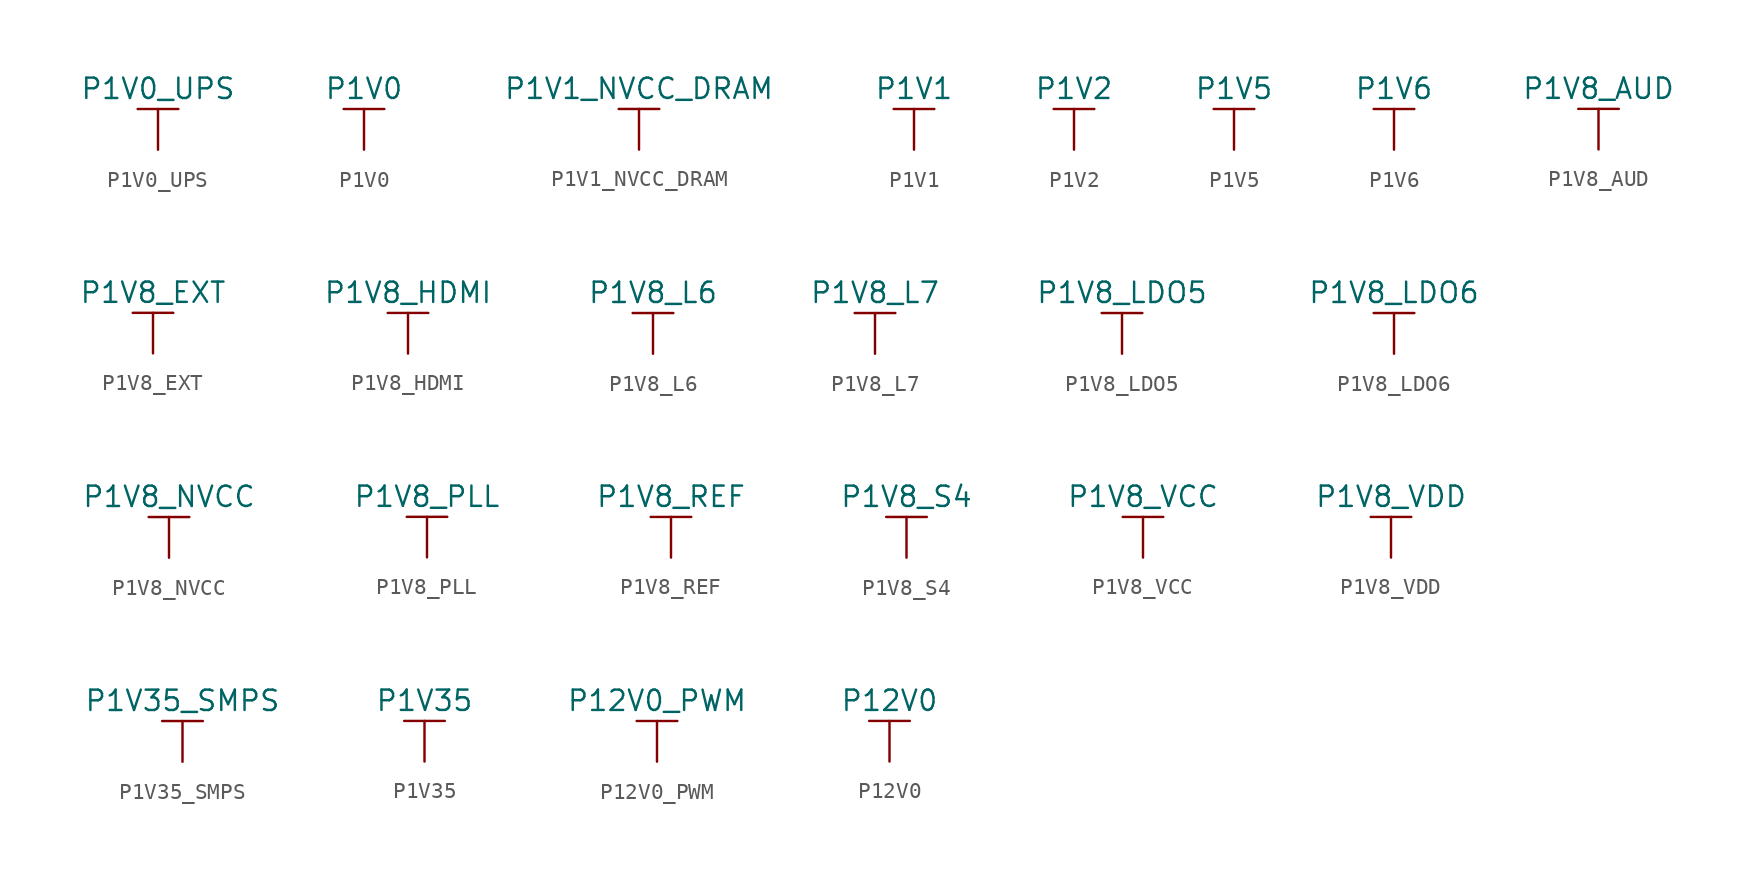
<source format=kicad_sym>
(kicad_symbol_lib
  (version 20211014)
  (generator kicad_symbol_editor)
  (symbol "P1V0_UPS"
    (power)
    (pin_names
      (offset 0))
    (property "Reference" "#PWR"
      (at 0 -3.81 0)
      (effects (font (size 1.27 1.27)) hide))
    (property "Value" "P1V0_UPS"
      (at 0 3.81 0)
      (effects (font (size 1.27 1.27))))
    (symbol "P1V0_UPS_0_1"
      (polyline (pts (xy -1.27 2.54) (xy 1.27 2.54)) (stroke (width 0.152) (type default) (color 0 0 0 0)) (fill (type none)))
      (polyline (pts (xy 0 0) (xy 0 2.54)) (stroke (width 0.152) (type default) (color 0 0 0 0)) (fill (type none))))
    (symbol "P1V0_UPS_1_1"
      (pin power_in line (at 0 0 90) (length 0) hide (name "P1V0_UPS" (effects (font (size 1.27 1.27)))) (number "1" (effects (font (size 1.27 1.27)))))))
  (symbol "P1V0"
    (power)
    (pin_names
      (offset 0))
    (property "Reference" "#PWR"
      (at 0 -3.81 0)
      (effects (font (size 1.27 1.27)) hide))
    (property "Value" "P1V0"
      (at 0 3.81 0)
      (effects (font (size 1.27 1.27))))
    (symbol "P1V0_0_1"
      (polyline (pts (xy -1.27 2.54) (xy 1.27 2.54)) (stroke (width 0.152) (type default) (color 0 0 0 0)) (fill (type none)))
      (polyline (pts (xy 0 0) (xy 0 2.54)) (stroke (width 0.152) (type default) (color 0 0 0 0)) (fill (type none))))
    (symbol "P1V0_1_1"
      (pin power_in line (at 0 0 90) (length 0) hide (name "P1V0" (effects (font (size 1.27 1.27)))) (number "1" (effects (font (size 1.27 1.27)))))))
  (symbol "P1V1_NVCC_DRAM"
    (power)
    (pin_names
      (offset 0))
    (property "Reference" "#PWR"
      (at 0 -3.81 0)
      (effects (font (size 1.27 1.27)) hide))
    (property "Value" "P1V1_NVCC_DRAM"
      (at 0 3.81 0)
      (effects (font (size 1.27 1.27))))
    (symbol "P1V1_NVCC_DRAM_0_1"
      (polyline (pts (xy -1.27 2.54) (xy 1.27 2.54)) (stroke (width 0.152) (type default) (color 0 0 0 0)) (fill (type none)))
      (polyline (pts (xy 0 0) (xy 0 2.54)) (stroke (width 0.152) (type default) (color 0 0 0 0)) (fill (type none))))
    (symbol "P1V1_NVCC_DRAM_1_1"
      (pin power_in line (at 0 0 90) (length 0) hide (name "P1V1_NVCC_DRAM" (effects (font (size 1.27 1.27)))) (number "1" (effects (font (size 1.27 1.27)))))))
  (symbol "P1V1"
    (power)
    (pin_names
      (offset 0))
    (property "Reference" "#PWR"
      (at 0 -3.81 0)
      (effects (font (size 1.27 1.27)) hide))
    (property "Value" "P1V1"
      (at 0 3.81 0)
      (effects (font (size 1.27 1.27))))
    (symbol "P1V1_0_1"
      (polyline (pts (xy -1.27 2.54) (xy 1.27 2.54)) (stroke (width 0.152) (type default) (color 0 0 0 0)) (fill (type none)))
      (polyline (pts (xy 0 0) (xy 0 2.54)) (stroke (width 0.152) (type default) (color 0 0 0 0)) (fill (type none))))
    (symbol "P1V1_1_1"
      (pin power_in line (at 0 0 90) (length 0) hide (name "P1V1" (effects (font (size 1.27 1.27)))) (number "1" (effects (font (size 1.27 1.27)))))))
  (symbol "P1V2"
    (power)
    (pin_names
      (offset 0))
    (property "Reference" "#PWR"
      (at 0 -3.81 0)
      (effects (font (size 1.27 1.27)) hide))
    (property "Value" "P1V2"
      (at 0 3.81 0)
      (effects (font (size 1.27 1.27))))
    (symbol "P1V2_0_1"
      (polyline (pts (xy -1.27 2.54) (xy 1.27 2.54)) (stroke (width 0.152) (type default) (color 0 0 0 0)) (fill (type none)))
      (polyline (pts (xy 0 0) (xy 0 2.54)) (stroke (width 0.152) (type default) (color 0 0 0 0)) (fill (type none))))
    (symbol "P1V2_1_1"
      (pin power_in line (at 0 0 90) (length 0) hide (name "P1V2" (effects (font (size 1.27 1.27)))) (number "1" (effects (font (size 1.27 1.27)))))))
  (symbol "P1V5"
    (power)
    (pin_names
      (offset 0))
    (property "Reference" "#PWR"
      (at 0 -3.81 0)
      (effects (font (size 1.27 1.27)) hide))
    (property "Value" "P1V5"
      (at 0 3.81 0)
      (effects (font (size 1.27 1.27))))
    (symbol "P1V5_0_1"
      (polyline (pts (xy -1.27 2.54) (xy 1.27 2.54)) (stroke (width 0.152) (type default) (color 0 0 0 0)) (fill (type none)))
      (polyline (pts (xy 0 0) (xy 0 2.54)) (stroke (width 0.152) (type default) (color 0 0 0 0)) (fill (type none))))
    (symbol "P1V5_1_1"
      (pin power_in line (at 0 0 90) (length 0) hide (name "P1V5" (effects (font (size 1.27 1.27)))) (number "1" (effects (font (size 1.27 1.27)))))))
  (symbol "P1V6"
    (power)
    (pin_names
      (offset 0))
    (property "Reference" "#PWR"
      (at 0 -3.81 0)
      (effects (font (size 1.27 1.27)) hide))
    (property "Value" "P1V6"
      (at 0 3.81 0)
      (effects (font (size 1.27 1.27))))
    (symbol "P1V6_0_1"
      (polyline (pts (xy -1.27 2.54) (xy 1.27 2.54)) (stroke (width 0.152) (type default) (color 0 0 0 0)) (fill (type none)))
      (polyline (pts (xy 0 0) (xy 0 2.54)) (stroke (width 0.152) (type default) (color 0 0 0 0)) (fill (type none))))
    (symbol "P1V6_1_1"
      (pin power_in line (at 0 0 90) (length 0) hide (name "P1V6" (effects (font (size 1.27 1.27)))) (number "1" (effects (font (size 1.27 1.27)))))))
  (symbol "P1V8_AUD"
    (power)
    (pin_names
      (offset 0))
    (property "Reference" "#PWR"
      (at 0 -3.81 0)
      (effects (font (size 1.27 1.27)) hide))
    (property "Value" "P1V8_AUD"
      (at 0 3.81 0)
      (effects (font (size 1.27 1.27))))
    (symbol "P1V8_AUD_0_1"
      (polyline (pts (xy -1.27 2.54) (xy 1.27 2.54)) (stroke (width 0.152) (type default) (color 0 0 0 0)) (fill (type none)))
      (polyline (pts (xy 0 0) (xy 0 2.54)) (stroke (width 0.152) (type default) (color 0 0 0 0)) (fill (type none))))
    (symbol "P1V8_AUD_1_1"
      (pin power_in line (at 0 0 90) (length 0) hide (name "P1V8_AUD" (effects (font (size 1.27 1.27)))) (number "1" (effects (font (size 1.27 1.27)))))))
  (symbol "P1V8_EXT"
    (power)
    (pin_names
      (offset 0))
    (property "Reference" "#PWR"
      (at 0 -3.81 0)
      (effects (font (size 1.27 1.27)) hide))
    (property "Value" "P1V8_EXT"
      (at 0 3.81 0)
      (effects (font (size 1.27 1.27))))
    (symbol "P1V8_EXT_0_1"
      (polyline (pts (xy -1.27 2.54) (xy 1.27 2.54)) (stroke (width 0.152) (type default) (color 0 0 0 0)) (fill (type none)))
      (polyline (pts (xy 0 0) (xy 0 2.54)) (stroke (width 0.152) (type default) (color 0 0 0 0)) (fill (type none))))
    (symbol "P1V8_EXT_1_1"
      (pin power_in line (at 0 0 90) (length 0) hide (name "P1V8_EXT" (effects (font (size 1.27 1.27)))) (number "1" (effects (font (size 1.27 1.27)))))))
  (symbol "P1V8_HDMI"
    (power)
    (pin_names
      (offset 0))
    (property "Reference" "#PWR"
      (at 0 -3.81 0)
      (effects (font (size 1.27 1.27)) hide))
    (property "Value" "P1V8_HDMI"
      (at 0 3.81 0)
      (effects (font (size 1.27 1.27))))
    (symbol "P1V8_HDMI_0_1"
      (polyline (pts (xy -1.27 2.54) (xy 1.27 2.54)) (stroke (width 0.152) (type default) (color 0 0 0 0)) (fill (type none)))
      (polyline (pts (xy 0 0) (xy 0 2.54)) (stroke (width 0.152) (type default) (color 0 0 0 0)) (fill (type none))))
    (symbol "P1V8_HDMI_1_1"
      (pin power_in line (at 0 0 90) (length 0) hide (name "P1V8_HDMI" (effects (font (size 1.27 1.27)))) (number "1" (effects (font (size 1.27 1.27)))))))
  (symbol "P1V8_L6"
    (power)
    (pin_names
      (offset 0))
    (property "Reference" "#PWR"
      (at 0 -3.81 0)
      (effects (font (size 1.27 1.27)) hide))
    (property "Value" "P1V8_L6"
      (at 0 3.81 0)
      (effects (font (size 1.27 1.27))))
    (symbol "P1V8_L6_0_1"
      (polyline (pts (xy -1.27 2.54) (xy 1.27 2.54)) (stroke (width 0.152) (type default) (color 0 0 0 0)) (fill (type none)))
      (polyline (pts (xy 0 0) (xy 0 2.54)) (stroke (width 0.152) (type default) (color 0 0 0 0)) (fill (type none))))
    (symbol "P1V8_L6_1_1"
      (pin power_in line (at 0 0 90) (length 0) hide (name "P1V8_L6" (effects (font (size 1.27 1.27)))) (number "1" (effects (font (size 1.27 1.27)))))))
  (symbol "P1V8_L7"
    (power)
    (pin_names
      (offset 0))
    (property "Reference" "#PWR"
      (at 0 -3.81 0)
      (effects (font (size 1.27 1.27)) hide))
    (property "Value" "P1V8_L7"
      (at 0 3.81 0)
      (effects (font (size 1.27 1.27))))
    (symbol "P1V8_L7_0_1"
      (polyline (pts (xy -1.27 2.54) (xy 1.27 2.54)) (stroke (width 0.152) (type default) (color 0 0 0 0)) (fill (type none)))
      (polyline (pts (xy 0 0) (xy 0 2.54)) (stroke (width 0.152) (type default) (color 0 0 0 0)) (fill (type none))))
    (symbol "P1V8_L7_1_1"
      (pin power_in line (at 0 0 90) (length 0) hide (name "P1V8_L7" (effects (font (size 1.27 1.27)))) (number "1" (effects (font (size 1.27 1.27)))))))
  (symbol "P1V8_LDO5"
    (power)
    (pin_names
      (offset 0))
    (property "Reference" "#PWR"
      (at 0 -3.81 0)
      (effects (font (size 1.27 1.27)) hide))
    (property "Value" "P1V8_LDO5"
      (at 0 3.81 0)
      (effects (font (size 1.27 1.27))))
    (symbol "P1V8_LDO5_0_1"
      (polyline (pts (xy -1.27 2.54) (xy 1.27 2.54)) (stroke (width 0.152) (type default) (color 0 0 0 0)) (fill (type none)))
      (polyline (pts (xy 0 0) (xy 0 2.54)) (stroke (width 0.152) (type default) (color 0 0 0 0)) (fill (type none))))
    (symbol "P1V8_LDO5_1_1"
      (pin power_in line (at 0 0 90) (length 0) hide (name "P1V8_LDO5" (effects (font (size 1.27 1.27)))) (number "1" (effects (font (size 1.27 1.27)))))))
  (symbol "P1V8_LDO6"
    (power)
    (pin_names
      (offset 0))
    (property "Reference" "#PWR"
      (at 0 -3.81 0)
      (effects (font (size 1.27 1.27)) hide))
    (property "Value" "P1V8_LDO6"
      (at 0 3.81 0)
      (effects (font (size 1.27 1.27))))
    (symbol "P1V8_LDO6_0_1"
      (polyline (pts (xy -1.27 2.54) (xy 1.27 2.54)) (stroke (width 0.152) (type default) (color 0 0 0 0)) (fill (type none)))
      (polyline (pts (xy 0 0) (xy 0 2.54)) (stroke (width 0.152) (type default) (color 0 0 0 0)) (fill (type none))))
    (symbol "P1V8_LDO6_1_1"
      (pin power_in line (at 0 0 90) (length 0) hide (name "P1V8_LDO6" (effects (font (size 1.27 1.27)))) (number "1" (effects (font (size 1.27 1.27)))))))
  (symbol "P1V8_NVCC"
    (power)
    (pin_names
      (offset 0))
    (property "Reference" "#PWR"
      (at 0 -3.81 0)
      (effects (font (size 1.27 1.27)) hide))
    (property "Value" "P1V8_NVCC"
      (at 0 3.81 0)
      (effects (font (size 1.27 1.27))))
    (symbol "P1V8_NVCC_0_1"
      (polyline (pts (xy -1.27 2.54) (xy 1.27 2.54)) (stroke (width 0.152) (type default) (color 0 0 0 0)) (fill (type none)))
      (polyline (pts (xy 0 0) (xy 0 2.54)) (stroke (width 0.152) (type default) (color 0 0 0 0)) (fill (type none))))
    (symbol "P1V8_NVCC_1_1"
      (pin power_in line (at 0 0 90) (length 0) hide (name "P1V8_NVCC" (effects (font (size 1.27 1.27)))) (number "1" (effects (font (size 1.27 1.27)))))))
  (symbol "P1V8_PLL"
    (power)
    (pin_names
      (offset 0))
    (property "Reference" "#PWR"
      (at 0 -3.81 0)
      (effects (font (size 1.27 1.27)) hide))
    (property "Value" "P1V8_PLL"
      (at 0 3.81 0)
      (effects (font (size 1.27 1.27))))
    (symbol "P1V8_PLL_0_1"
      (polyline (pts (xy -1.27 2.54) (xy 1.27 2.54)) (stroke (width 0.152) (type default) (color 0 0 0 0)) (fill (type none)))
      (polyline (pts (xy 0 0) (xy 0 2.54)) (stroke (width 0.152) (type default) (color 0 0 0 0)) (fill (type none))))
    (symbol "P1V8_PLL_1_1"
      (pin power_in line (at 0 0 90) (length 0) hide (name "P1V8_PLL" (effects (font (size 1.27 1.27)))) (number "1" (effects (font (size 1.27 1.27)))))))
  (symbol "P1V8_REF"
    (power)
    (pin_names
      (offset 0))
    (property "Reference" "#PWR"
      (at 0 -3.81 0)
      (effects (font (size 1.27 1.27)) hide))
    (property "Value" "P1V8_REF"
      (at 0 3.81 0)
      (effects (font (size 1.27 1.27))))
    (symbol "P1V8_REF_0_1"
      (polyline (pts (xy -1.27 2.54) (xy 1.27 2.54)) (stroke (width 0.152) (type default) (color 0 0 0 0)) (fill (type none)))
      (polyline (pts (xy 0 0) (xy 0 2.54)) (stroke (width 0.152) (type default) (color 0 0 0 0)) (fill (type none))))
    (symbol "P1V8_REF_1_1"
      (pin power_in line (at 0 0 90) (length 0) hide (name "P1V8_REF" (effects (font (size 1.27 1.27)))) (number "1" (effects (font (size 1.27 1.27)))))))
  (symbol "P1V8_S4"
    (power)
    (pin_names
      (offset 0))
    (property "Reference" "#PWR"
      (at 0 -3.81 0)
      (effects (font (size 1.27 1.27)) hide))
    (property "Value" "P1V8_S4"
      (at 0 3.81 0)
      (effects (font (size 1.27 1.27))))
    (symbol "P1V8_S4_0_1"
      (polyline (pts (xy -1.27 2.54) (xy 1.27 2.54)) (stroke (width 0.152) (type default) (color 0 0 0 0)) (fill (type none)))
      (polyline (pts (xy 0 0) (xy 0 2.54)) (stroke (width 0.152) (type default) (color 0 0 0 0)) (fill (type none))))
    (symbol "P1V8_S4_1_1"
      (pin power_in line (at 0 0 90) (length 0) hide (name "P1V8_S4" (effects (font (size 1.27 1.27)))) (number "1" (effects (font (size 1.27 1.27)))))))
  (symbol "P1V8_VCC"
    (power)
    (pin_names
      (offset 0))
    (property "Reference" "#PWR"
      (at 0 -3.81 0)
      (effects (font (size 1.27 1.27)) hide))
    (property "Value" "P1V8_VCC"
      (at 0 3.81 0)
      (effects (font (size 1.27 1.27))))
    (symbol "P1V8_VCC_0_1"
      (polyline (pts (xy -1.27 2.54) (xy 1.27 2.54)) (stroke (width 0.152) (type default) (color 0 0 0 0)) (fill (type none)))
      (polyline (pts (xy 0 0) (xy 0 2.54)) (stroke (width 0.152) (type default) (color 0 0 0 0)) (fill (type none))))
    (symbol "P1V8_VCC_1_1"
      (pin power_in line (at 0 0 90) (length 0) hide (name "P1V8_VCC" (effects (font (size 1.27 1.27)))) (number "1" (effects (font (size 1.27 1.27)))))))
  (symbol "P1V8_VDD"
    (power)
    (pin_names
      (offset 0))
    (property "Reference" "#PWR"
      (at 0 -3.81 0)
      (effects (font (size 1.27 1.27)) hide))
    (property "Value" "P1V8_VDD"
      (at 0 3.81 0)
      (effects (font (size 1.27 1.27))))
    (symbol "P1V8_VDD_0_1"
      (polyline (pts (xy -1.27 2.54) (xy 1.27 2.54)) (stroke (width 0.152) (type default) (color 0 0 0 0)) (fill (type none)))
      (polyline (pts (xy 0 0) (xy 0 2.54)) (stroke (width 0.152) (type default) (color 0 0 0 0)) (fill (type none))))
    (symbol "P1V8_VDD_1_1"
      (pin power_in line (at 0 0 90) (length 0) hide (name "P1V8_VDD" (effects (font (size 1.27 1.27)))) (number "1" (effects (font (size 1.27 1.27)))))))
  (symbol "P1V35_SMPS"
    (power)
    (pin_names
      (offset 0))
    (property "Reference" "#PWR"
      (at 0 -3.81 0)
      (effects (font (size 1.27 1.27)) hide))
    (property "Value" "P1V35_SMPS"
      (at 0 3.81 0)
      (effects (font (size 1.27 1.27))))
    (symbol "P1V35_SMPS_0_1"
      (polyline (pts (xy -1.27 2.54) (xy 1.27 2.54)) (stroke (width 0.152) (type default) (color 0 0 0 0)) (fill (type none)))
      (polyline (pts (xy 0 0) (xy 0 2.54)) (stroke (width 0.152) (type default) (color 0 0 0 0)) (fill (type none))))
    (symbol "P1V35_SMPS_1_1"
      (pin power_in line (at 0 0 90) (length 0) hide (name "P1V35_SMPS" (effects (font (size 1.27 1.27)))) (number "1" (effects (font (size 1.27 1.27)))))))
  (symbol "P1V35"
    (power)
    (pin_names
      (offset 0))
    (property "Reference" "#PWR"
      (at 0 -3.81 0)
      (effects (font (size 1.27 1.27)) hide))
    (property "Value" "P1V35"
      (at 0 3.81 0)
      (effects (font (size 1.27 1.27))))
    (symbol "P1V35_0_1"
      (polyline (pts (xy -1.27 2.54) (xy 1.27 2.54)) (stroke (width 0.152) (type default) (color 0 0 0 0)) (fill (type none)))
      (polyline (pts (xy 0 0) (xy 0 2.54)) (stroke (width 0.152) (type default) (color 0 0 0 0)) (fill (type none))))
    (symbol "P1V35_1_1"
      (pin power_in line (at 0 0 90) (length 0) hide (name "P1V35" (effects (font (size 1.27 1.27)))) (number "1" (effects (font (size 1.27 1.27)))))))
  (symbol "P12V0_PWM"
    (power)
    (pin_names
      (offset 0))
    (property "Reference" "#PWR"
      (at 0 -3.81 0)
      (effects (font (size 1.27 1.27)) hide))
    (property "Value" "P12V0_PWM"
      (at 0 3.81 0)
      (effects (font (size 1.27 1.27))))
    (symbol "P12V0_PWM_0_1"
      (polyline (pts (xy -1.27 2.54) (xy 1.27 2.54)) (stroke (width 0.152) (type default) (color 0 0 0 0)) (fill (type none)))
      (polyline (pts (xy 0 0) (xy 0 2.54)) (stroke (width 0.152) (type default) (color 0 0 0 0)) (fill (type none))))
    (symbol "P12V0_PWM_1_1"
      (pin power_in line (at 0 0 90) (length 0) hide (name "P12V0_PWM" (effects (font (size 1.27 1.27)))) (number "1" (effects (font (size 1.27 1.27)))))))
  (symbol "P12V0"
    (power)
    (pin_names
      (offset 0))
    (property "Reference" "#PWR"
      (at 0 -3.81 0)
      (effects (font (size 1.27 1.27)) hide))
    (property "Value" "P12V0"
      (at 0 3.81 0)
      (effects (font (size 1.27 1.27))))
    (symbol "P12V0_0_1"
      (polyline (pts (xy -1.27 2.54) (xy 1.27 2.54)) (stroke (width 0.152) (type default) (color 0 0 0 0)) (fill (type none)))
      (polyline (pts (xy 0 0) (xy 0 2.54)) (stroke (width 0.152) (type default) (color 0 0 0 0)) (fill (type none))))
    (symbol "P12V0_1_1"
      (pin power_in line (at 0 0 90) (length 0) hide (name "P12V0" (effects (font (size 1.27 1.27)))) (number "1" (effects (font (size 1.27 1.27))))))))
</source>
